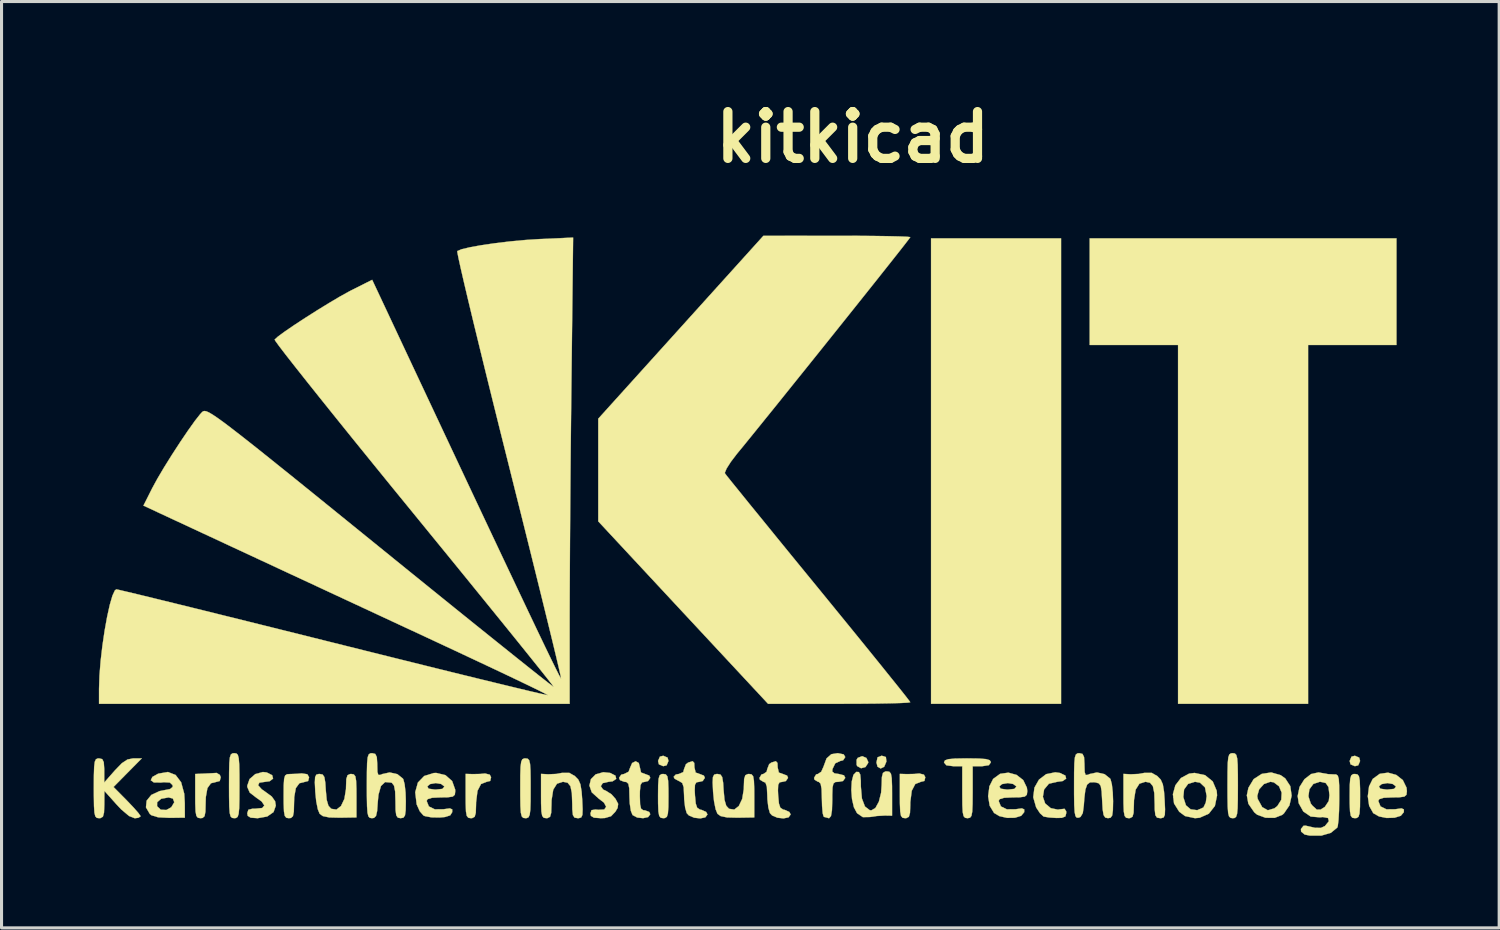
<source format=kicad_pcb>
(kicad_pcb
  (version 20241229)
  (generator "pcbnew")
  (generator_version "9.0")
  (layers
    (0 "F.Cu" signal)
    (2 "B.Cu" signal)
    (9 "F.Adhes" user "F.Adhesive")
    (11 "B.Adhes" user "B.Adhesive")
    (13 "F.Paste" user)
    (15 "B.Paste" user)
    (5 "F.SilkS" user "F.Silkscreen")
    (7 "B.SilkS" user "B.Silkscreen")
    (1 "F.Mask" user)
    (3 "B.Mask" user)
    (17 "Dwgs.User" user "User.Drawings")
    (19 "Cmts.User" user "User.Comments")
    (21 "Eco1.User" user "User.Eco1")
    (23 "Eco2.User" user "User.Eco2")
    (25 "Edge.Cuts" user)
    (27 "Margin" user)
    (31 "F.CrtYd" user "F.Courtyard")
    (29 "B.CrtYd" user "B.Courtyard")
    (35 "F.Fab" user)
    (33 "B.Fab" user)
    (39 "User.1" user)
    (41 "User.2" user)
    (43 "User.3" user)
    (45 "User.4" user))
  (footprint "kitkicad"
    (layer "F.Cu")
    (at 21.426 14.448)
    (property "Reference" "kitkicad" (at 3.29 -13.03 0) (layer "F.SilkS") (effects (font (size 1.524 1.524) (thickness 0.3))))
    (attr through_hole)
    (fp_poly (pts (xy 10.075 5.419) (xy 5.842 5.419) (xy 5.842 -9.737) (xy 10.075 -9.737) (xy 10.075 5.419)) (stroke (width 0.01) (type solid)) (fill yes) (layer "F.SilkS"))
    (fp_poly (pts (xy -2.737 7.172) (xy -2.709 7.281) (xy -2.769 7.423) (xy -2.879 7.451) (xy -3.02 7.391) (xy -3.048 7.281) (xy -2.988 7.14) (xy -2.879 7.112) (xy -2.737 7.172)) (stroke (width 0.01) (type solid)) (fill yes) (layer "F.SilkS"))
    (fp_poly (pts (xy 19.784 7.172) (xy 19.812 7.281) (xy 19.752 7.423) (xy 19.643 7.451) (xy 19.501 7.391) (xy 19.473 7.281) (xy 19.533 7.14) (xy 19.643 7.112) (xy 19.784 7.172)) (stroke (width 0.01) (type solid)) (fill yes) (layer "F.SilkS"))
    (fp_poly (pts (xy 20.997 -6.265) (xy 18.119 -6.265) (xy 18.119 5.419) (xy 13.885 5.419) (xy 13.885 -6.265) (xy 11.007 -6.265) (xy 11.007 -9.737) (xy 20.997 -9.737) (xy 20.997 -6.265)) (stroke (width 0.01) (type solid)) (fill yes) (layer "F.SilkS"))
    (fp_poly (pts (xy 3.737 7.183) (xy 3.797 7.316) (xy 3.794 7.344) (xy 3.707 7.479) (xy 3.563 7.518) (xy 3.438 7.449) (xy 3.418 7.409) (xy 3.417 7.243) (xy 3.454 7.18) (xy 3.599 7.125) (xy 3.737 7.183)) (stroke (width 0.01) (type solid)) (fill yes) (layer "F.SilkS"))
    (fp_poly (pts (xy 4.371 7.153) (xy 4.388 7.301) (xy 4.387 7.302) (xy 4.316 7.469) (xy 4.201 7.526) (xy 4.099 7.469) (xy 4.064 7.33) (xy 4.1 7.162) (xy 4.23 7.112) (xy 4.239 7.112) (xy 4.371 7.153)) (stroke (width 0.01) (type solid)) (fill yes) (layer "F.SilkS"))
    (fp_poly (pts (xy -2.796 7.718) (xy -2.746 7.78) (xy -2.72 7.925) (xy -2.71 8.184) (xy -2.709 8.424) (xy -2.712 8.774) (xy -2.727 8.988) (xy -2.761 9.099) (xy -2.822 9.139) (xy -2.879 9.144) (xy -2.961 9.131) (xy -3.011 9.068) (xy -3.037 8.924) (xy -3.047 8.665) (xy -3.048 8.424) (xy -3.045 8.074) (xy -3.03 7.861) (xy -2.996 7.75) (xy -2.935 7.709) (xy -2.879 7.705) (xy -2.796 7.718)) (stroke (width 0.01) (type solid)) (fill yes) (layer "F.SilkS"))
    (fp_poly (pts (xy 19.725 7.718) (xy 19.775 7.78) (xy 19.801 7.925) (xy 19.811 8.184) (xy 19.812 8.424) (xy 19.809 8.774) (xy 19.794 8.988) (xy 19.76 9.099) (xy 19.699 9.139) (xy 19.643 9.144) (xy 19.56 9.131) (xy 19.51 9.068) (xy 19.484 8.924) (xy 19.474 8.665) (xy 19.473 8.424) (xy 19.476 8.074) (xy 19.491 7.861) (xy 19.525 7.75) (xy 19.586 7.709) (xy 19.643 7.705) (xy 19.725 7.718)) (stroke (width 0.01) (type solid)) (fill yes) (layer "F.SilkS"))
    (fp_poly (pts (xy -8.528 7.727) (xy -8.485 7.811) (xy -8.513 7.932) (xy -8.627 7.959) (xy -8.812 8.031) (xy -8.927 8.251) (xy -8.973 8.622) (xy -8.975 8.715) (xy -8.983 8.971) (xy -9.02 9.099) (xy -9.102 9.142) (xy -9.144 9.144) (xy -9.226 9.131) (xy -9.277 9.068) (xy -9.303 8.924) (xy -9.312 8.665) (xy -9.313 8.423) (xy -9.313 7.702) (xy -9.081 7.709) (xy -8.839 7.704) (xy -8.682 7.689) (xy -8.528 7.727)) (stroke (width 0.01) (type solid)) (fill yes) (layer "F.SilkS"))
    (fp_poly (pts (xy 5.611 7.727) (xy 5.654 7.811) (xy 5.626 7.932) (xy 5.513 7.959) (xy 5.328 8.031) (xy 5.213 8.251) (xy 5.166 8.622) (xy 5.165 8.715) (xy 5.156 8.971) (xy 5.119 9.099) (xy 5.037 9.142) (xy 4.995 9.144) (xy 4.913 9.131) (xy 4.863 9.068) (xy 4.837 8.924) (xy 4.827 8.665) (xy 4.826 8.423) (xy 4.826 7.702) (xy 5.059 7.709) (xy 5.3 7.704) (xy 5.458 7.689) (xy 5.611 7.727)) (stroke (width 0.01) (type solid)) (fill yes) (layer "F.SilkS"))
    (fp_poly (pts (xy -17.319 7.733) (xy -17.288 7.811) (xy -17.321 7.934) (xy -17.418 7.959) (xy -17.607 8.007) (xy -17.722 8.165) (xy -17.774 8.456) (xy -17.78 8.653) (xy -17.787 8.931) (xy -17.815 9.079) (xy -17.88 9.137) (xy -17.949 9.144) (xy -18.032 9.131) (xy -18.082 9.068) (xy -18.108 8.924) (xy -18.118 8.665) (xy -18.119 8.424) (xy -18.119 7.705) (xy -17.822 7.692) (xy -17.592 7.681) (xy -17.429 7.671) (xy -17.421 7.671) (xy -17.319 7.733)) (stroke (width 0.01) (type solid)) (fill yes) (layer "F.SilkS"))
    (fp_poly (pts (xy -16.778 7.037) (xy -16.731 7.084) (xy -16.702 7.197) (xy -16.686 7.402) (xy -16.68 7.727) (xy -16.679 8.086) (xy -16.681 8.525) (xy -16.688 8.822) (xy -16.706 9.005) (xy -16.739 9.102) (xy -16.791 9.139) (xy -16.849 9.144) (xy -16.919 9.134) (xy -16.967 9.087) (xy -16.996 8.975) (xy -17.011 8.77) (xy -17.017 8.445) (xy -17.018 8.086) (xy -17.016 7.646) (xy -17.009 7.349) (xy -16.991 7.166) (xy -16.958 7.07) (xy -16.906 7.033) (xy -16.849 7.027) (xy -16.778 7.037)) (stroke (width 0.01) (type solid)) (fill yes) (layer "F.SilkS"))
    (fp_poly (pts (xy -14.469 7.713) (xy -14.411 7.811) (xy -14.442 7.934) (xy -14.54 7.959) (xy -14.728 8.007) (xy -14.843 8.165) (xy -14.895 8.456) (xy -14.901 8.653) (xy -14.908 8.931) (xy -14.937 9.079) (xy -15.001 9.137) (xy -15.071 9.144) (xy -15.153 9.131) (xy -15.203 9.068) (xy -15.229 8.924) (xy -15.239 8.664) (xy -15.24 8.425) (xy -15.238 8.077) (xy -15.224 7.864) (xy -15.191 7.754) (xy -15.129 7.713) (xy -15.05 7.708) (xy -14.806 7.699) (xy -14.65 7.686) (xy -14.469 7.713)) (stroke (width 0.01) (type solid)) (fill yes) (layer "F.SilkS"))
    (fp_poly (pts (xy -7.293 7.207) (xy -7.245 7.257) (xy -7.216 7.376) (xy -7.202 7.591) (xy -7.197 7.932) (xy -7.197 8.17) (xy -7.198 8.589) (xy -7.207 8.866) (xy -7.228 9.032) (xy -7.265 9.114) (xy -7.325 9.142) (xy -7.366 9.144) (xy -7.439 9.134) (xy -7.487 9.084) (xy -7.516 8.965) (xy -7.53 8.75) (xy -7.535 8.408) (xy -7.535 8.17) (xy -7.534 7.752) (xy -7.525 7.474) (xy -7.504 7.309) (xy -7.467 7.226) (xy -7.407 7.199) (xy -7.366 7.197) (xy -7.293 7.207)) (stroke (width 0.01) (type solid)) (fill yes) (layer "F.SilkS"))
    (fp_poly (pts (xy 15.734 7.037) (xy 15.781 7.084) (xy 15.81 7.197) (xy 15.826 7.402) (xy 15.832 7.727) (xy 15.833 8.086) (xy 15.831 8.525) (xy 15.824 8.822) (xy 15.806 9.005) (xy 15.773 9.102) (xy 15.721 9.139) (xy 15.663 9.144) (xy 15.593 9.134) (xy 15.545 9.087) (xy 15.516 8.975) (xy 15.501 8.77) (xy 15.495 8.445) (xy 15.494 8.086) (xy 15.496 7.646) (xy 15.503 7.349) (xy 15.521 7.166) (xy 15.554 7.07) (xy 15.606 7.033) (xy 15.663 7.027) (xy 15.734 7.037)) (stroke (width 0.01) (type solid)) (fill yes) (layer "F.SilkS"))
    (fp_poly (pts (xy 10.04 7.672) (xy 10.215 7.756) (xy 10.241 7.856) (xy 10.128 7.935) (xy 9.951 7.959) (xy 9.679 8.022) (xy 9.523 8.209) (xy 9.483 8.448) (xy 9.557 8.665) (xy 9.74 8.818) (xy 9.973 8.866) (xy 10.03 8.856) (xy 10.189 8.839) (xy 10.242 8.92) (xy 10.245 8.973) (xy 10.216 9.087) (xy 10.1 9.133) (xy 9.927 9.137) (xy 9.689 9.122) (xy 9.518 9.093) (xy 9.502 9.087) (xy 9.392 8.987) (xy 9.27 8.803) (xy 9.262 8.787) (xy 9.169 8.461) (xy 9.208 8.15) (xy 9.357 7.888) (xy 9.591 7.71) (xy 9.887 7.65) (xy 10.04 7.672)) (stroke (width 0.01) (type solid)) (fill yes) (layer "F.SilkS"))
    (fp_poly (pts (xy -15.791 7.655) (xy -15.613 7.745) (xy -15.584 7.856) (xy -15.696 7.941) (xy -15.833 7.959) (xy -16.031 7.988) (xy -16.071 8.072) (xy -15.953 8.204) (xy -15.854 8.272) (xy -15.625 8.441) (xy -15.518 8.593) (xy -15.495 8.736) (xy -15.569 8.946) (xy -15.775 9.089) (xy -16.083 9.144) (xy -16.093 9.144) (xy -16.313 9.128) (xy -16.409 9.068) (xy -16.425 8.983) (xy -16.388 8.87) (xy -16.246 8.834) (xy -16.159 8.835) (xy -15.938 8.813) (xy -15.869 8.73) (xy -15.955 8.601) (xy -16.125 8.48) (xy -16.344 8.311) (xy -16.423 8.129) (xy -16.425 8.09) (xy -16.35 7.871) (xy -16.162 7.708) (xy -15.916 7.641) (xy -15.791 7.655)) (stroke (width 0.01) (type solid)) (fill yes) (layer "F.SilkS"))
    (fp_poly (pts (xy -4.608 7.671) (xy -4.435 7.759) (xy -4.411 7.865) (xy -4.528 7.944) (xy -4.657 7.959) (xy -4.848 8.002) (xy -4.913 8.101) (xy -4.839 8.21) (xy -4.739 8.256) (xy -4.565 8.366) (xy -4.433 8.515) (xy -4.347 8.678) (xy -4.365 8.81) (xy -4.437 8.932) (xy -4.578 9.08) (xy -4.779 9.139) (xy -4.913 9.144) (xy -5.136 9.128) (xy -5.234 9.068) (xy -5.249 8.989) (xy -5.215 8.883) (xy -5.083 8.862) (xy -4.995 8.872) (xy -4.801 8.862) (xy -4.738 8.774) (xy -4.808 8.639) (xy -4.989 8.499) (xy -5.207 8.302) (xy -5.283 8.081) (xy -5.234 7.874) (xy -5.078 7.717) (xy -4.831 7.647) (xy -4.608 7.671)) (stroke (width 0.01) (type solid)) (fill yes) (layer "F.SilkS"))
    (fp_poly (pts (xy 7.399 7.202) (xy 7.631 7.22) (xy 7.751 7.256) (xy 7.789 7.314) (xy 7.789 7.324) (xy 7.725 7.418) (xy 7.52 7.45) (xy 7.493 7.451) (xy 7.197 7.451) (xy 7.197 8.297) (xy 7.194 8.683) (xy 7.183 8.929) (xy 7.157 9.068) (xy 7.11 9.129) (xy 7.036 9.144) (xy 7.027 9.144) (xy 6.95 9.132) (xy 6.901 9.077) (xy 6.873 8.947) (xy 6.861 8.713) (xy 6.858 8.343) (xy 6.858 8.297) (xy 6.858 7.451) (xy 6.562 7.451) (xy 6.342 7.423) (xy 6.266 7.335) (xy 6.265 7.324) (xy 6.295 7.262) (xy 6.403 7.223) (xy 6.619 7.203) (xy 6.972 7.197) (xy 7.027 7.197) (xy 7.399 7.202)) (stroke (width 0.01) (type solid)) (fill yes) (layer "F.SilkS"))
    (fp_poly (pts (xy 14.765 7.744) (xy 15.013 7.946) (xy 15.143 8.252) (xy 15.155 8.401) (xy 15.084 8.746) (xy 14.886 8.998) (xy 14.588 9.13) (xy 14.436 9.144) (xy 14.113 9.075) (xy 13.924 8.936) (xy 13.754 8.665) (xy 13.729 8.46) (xy 14.056 8.46) (xy 14.142 8.726) (xy 14.295 8.856) (xy 14.509 8.884) (xy 14.704 8.799) (xy 14.715 8.788) (xy 14.788 8.636) (xy 14.817 8.424) (xy 14.762 8.142) (xy 14.6 7.988) (xy 14.436 7.959) (xy 14.212 8.028) (xy 14.081 8.208) (xy 14.056 8.46) (xy 13.729 8.46) (xy 13.717 8.364) (xy 13.797 8.074) (xy 13.978 7.837) (xy 14.244 7.694) (xy 14.422 7.671) (xy 14.765 7.744)) (stroke (width 0.01) (type solid)) (fill yes) (layer "F.SilkS"))
    (fp_poly (pts (xy 17.227 7.744) (xy 17.376 7.85) (xy 17.539 8.101) (xy 17.583 8.411) (xy 17.512 8.727) (xy 17.331 8.991) (xy 17.279 9.035) (xy 17.031 9.133) (xy 16.733 9.13) (xy 16.464 9.033) (xy 16.368 8.954) (xy 16.174 8.674) (xy 16.128 8.42) (xy 16.463 8.42) (xy 16.479 8.518) (xy 16.624 8.783) (xy 16.806 8.886) (xy 17.02 8.825) (xy 17.117 8.75) (xy 17.246 8.545) (xy 17.259 8.313) (xy 17.173 8.106) (xy 17.002 7.977) (xy 16.89 7.959) (xy 16.683 8.031) (xy 16.525 8.205) (xy 16.463 8.42) (xy 16.128 8.42) (xy 16.124 8.4) (xy 16.176 8.156) (xy 16.347 7.872) (xy 16.61 7.702) (xy 16.918 7.655) (xy 17.227 7.744)) (stroke (width 0.01) (type solid)) (fill yes) (layer "F.SilkS"))
    (fp_poly (pts (xy -12.956 7.718) (xy -12.905 7.781) (xy -12.88 7.927) (xy -12.87 8.189) (xy -12.869 8.412) (xy -12.869 9.119) (xy -13.412 9.128) (xy -13.753 9.12) (xy -13.963 9.076) (xy -14.066 9.003) (xy -14.127 8.854) (xy -14.179 8.592) (xy -14.21 8.287) (xy -14.224 7.98) (xy -14.215 7.806) (xy -14.174 7.726) (xy -14.093 7.705) (xy -14.068 7.705) (xy -13.97 7.723) (xy -13.914 7.805) (xy -13.883 7.989) (xy -13.868 8.225) (xy -13.838 8.548) (xy -13.781 8.741) (xy -13.69 8.839) (xy -13.52 8.864) (xy -13.372 8.748) (xy -13.262 8.517) (xy -13.21 8.199) (xy -13.208 8.119) (xy -13.199 7.868) (xy -13.159 7.745) (xy -13.073 7.706) (xy -13.039 7.705) (xy -12.956 7.718)) (stroke (width 0.01) (type solid)) (fill yes) (layer "F.SilkS"))
    (fp_poly (pts (xy -0.002 7.718) (xy 0.049 7.781) (xy 0.074 7.927) (xy 0.084 8.189) (xy 0.085 8.412) (xy 0.085 9.119) (xy -0.458 9.128) (xy -0.799 9.12) (xy -1.009 9.076) (xy -1.112 9.003) (xy -1.173 8.854) (xy -1.225 8.592) (xy -1.256 8.287) (xy -1.27 7.98) (xy -1.261 7.806) (xy -1.22 7.726) (xy -1.139 7.705) (xy -1.114 7.705) (xy -1.016 7.723) (xy -0.96 7.805) (xy -0.929 7.989) (xy -0.914 8.225) (xy -0.884 8.548) (xy -0.827 8.741) (xy -0.736 8.839) (xy -0.566 8.864) (xy -0.418 8.748) (xy -0.308 8.517) (xy -0.256 8.199) (xy -0.254 8.119) (xy -0.245 7.868) (xy -0.205 7.745) (xy -0.119 7.706) (xy -0.085 7.705) (xy -0.002 7.718)) (stroke (width 0.01) (type solid)) (fill yes) (layer "F.SilkS"))
    (fp_poly (pts (xy 4.485 7.633) (xy 4.535 7.696) (xy 4.561 7.84) (xy 4.571 8.099) (xy 4.572 8.341) (xy 4.572 9.062) (xy 4.339 9.058) (xy 4.075 9.073) (xy 3.85 9.106) (xy 3.621 9.11) (xy 3.443 8.99) (xy 3.427 8.973) (xy 3.329 8.788) (xy 3.268 8.523) (xy 3.245 8.226) (xy 3.26 7.947) (xy 3.314 7.734) (xy 3.407 7.637) (xy 3.408 7.637) (xy 3.491 7.642) (xy 3.536 7.724) (xy 3.554 7.918) (xy 3.556 8.116) (xy 3.59 8.503) (xy 3.689 8.764) (xy 3.845 8.884) (xy 3.896 8.89) (xy 4.03 8.812) (xy 4.142 8.608) (xy 4.215 8.318) (xy 4.233 8.067) (xy 4.241 7.804) (xy 4.276 7.67) (xy 4.352 7.623) (xy 4.403 7.62) (xy 4.485 7.633)) (stroke (width 0.01) (type solid)) (fill yes) (layer "F.SilkS"))
    (fp_poly (pts (xy -18.758 7.737) (xy -18.578 7.975) (xy -18.477 8.348) (xy -18.459 8.648) (xy -18.457 9.126) (xy -18.961 9.133) (xy -19.323 9.116) (xy -19.544 9.049) (xy -19.596 9.009) (xy -19.723 8.791) (xy -19.719 8.754) (xy -19.361 8.754) (xy -19.242 8.868) (xy -19.059 8.877) (xy -18.898 8.788) (xy -18.801 8.625) (xy -18.846 8.505) (xy -18.986 8.468) (xy -19.227 8.512) (xy -19.359 8.624) (xy -19.361 8.754) (xy -19.719 8.754) (xy -19.701 8.574) (xy -19.548 8.387) (xy -19.281 8.263) (xy -19.159 8.239) (xy -18.934 8.193) (xy -18.851 8.124) (xy -18.858 8.066) (xy -18.945 7.984) (xy -19.141 7.973) (xy -19.232 7.983) (xy -19.468 7.98) (xy -19.566 7.909) (xy -19.514 7.801) (xy -19.325 7.695) (xy -19.01 7.64) (xy -18.758 7.737)) (stroke (width 0.01) (type solid)) (fill yes) (layer "F.SilkS"))
    (fp_poly (pts (xy -5.755 7.774) (xy -5.644 7.889) (xy -5.576 8.042) (xy -5.537 8.281) (xy -5.518 8.541) (xy -5.504 8.854) (xy -5.511 9.035) (xy -5.549 9.119) (xy -5.625 9.143) (xy -5.663 9.144) (xy -5.767 9.126) (xy -5.82 9.044) (xy -5.84 8.859) (xy -5.842 8.685) (xy -5.855 8.324) (xy -5.901 8.102) (xy -5.992 7.99) (xy -6.141 7.959) (xy -6.144 7.959) (xy -6.339 8.021) (xy -6.461 8.215) (xy -6.515 8.553) (xy -6.519 8.715) (xy -6.528 8.971) (xy -6.565 9.099) (xy -6.647 9.142) (xy -6.689 9.144) (xy -6.771 9.131) (xy -6.821 9.068) (xy -6.847 8.924) (xy -6.857 8.665) (xy -6.858 8.423) (xy -6.858 7.702) (xy -6.625 7.715) (xy -6.358 7.703) (xy -6.175 7.669) (xy -5.937 7.669) (xy -5.755 7.774)) (stroke (width 0.01) (type solid)) (fill yes) (layer "F.SilkS"))
    (fp_poly (pts (xy 13.21 7.774) (xy 13.321 7.889) (xy 13.389 8.042) (xy 13.428 8.281) (xy 13.447 8.541) (xy 13.461 8.854) (xy 13.454 9.035) (xy 13.416 9.119) (xy 13.34 9.143) (xy 13.302 9.144) (xy 13.199 9.126) (xy 13.145 9.044) (xy 13.125 8.859) (xy 13.123 8.685) (xy 13.111 8.324) (xy 13.065 8.102) (xy 12.973 7.99) (xy 12.824 7.959) (xy 12.821 7.959) (xy 12.626 8.021) (xy 12.504 8.215) (xy 12.45 8.553) (xy 12.446 8.715) (xy 12.437 8.971) (xy 12.4 9.099) (xy 12.319 9.142) (xy 12.277 9.144) (xy 12.194 9.131) (xy 12.144 9.068) (xy 12.118 8.924) (xy 12.108 8.665) (xy 12.107 8.423) (xy 12.107 7.702) (xy 12.34 7.715) (xy 12.607 7.703) (xy 12.79 7.669) (xy 13.028 7.669) (xy 13.21 7.774)) (stroke (width 0.01) (type solid)) (fill yes) (layer "F.SilkS"))
    (fp_poly (pts (xy -3.675 7.348) (xy -3.641 7.487) (xy -3.603 7.656) (xy -3.473 7.705) (xy -3.471 7.705) (xy -3.333 7.758) (xy -3.302 7.832) (xy -3.373 7.935) (xy -3.471 7.959) (xy -3.569 7.979) (xy -3.62 8.066) (xy -3.639 8.261) (xy -3.641 8.424) (xy -3.633 8.693) (xy -3.602 8.834) (xy -3.531 8.885) (xy -3.471 8.89) (xy -3.333 8.943) (xy -3.302 9.017) (xy -3.371 9.108) (xy -3.535 9.144) (xy -3.727 9.123) (xy -3.878 9.042) (xy -3.933 8.907) (xy -3.97 8.663) (xy -3.979 8.45) (xy -3.986 8.172) (xy -4.015 8.024) (xy -4.079 7.966) (xy -4.149 7.959) (xy -4.287 7.906) (xy -4.318 7.832) (xy -4.248 7.728) (xy -4.155 7.705) (xy -4.008 7.633) (xy -3.964 7.515) (xy -3.892 7.348) (xy -3.777 7.291) (xy -3.675 7.348)) (stroke (width 0.01) (type solid)) (fill yes) (layer "F.SilkS"))
    (fp_poly (pts (xy 0.84 7.345) (xy 0.847 7.493) (xy 0.886 7.659) (xy 1.016 7.705) (xy 1.154 7.758) (xy 1.185 7.832) (xy 1.114 7.935) (xy 1.012 7.959) (xy 0.911 7.976) (xy 0.864 8.056) (xy 0.856 8.239) (xy 0.863 8.403) (xy 0.888 8.667) (xy 0.935 8.806) (xy 1.026 8.864) (xy 1.079 8.875) (xy 1.228 8.942) (xy 1.27 9.023) (xy 1.202 9.117) (xy 1.038 9.151) (xy 0.839 9.129) (xy 0.666 9.055) (xy 0.596 8.98) (xy 0.544 8.801) (xy 0.513 8.532) (xy 0.508 8.388) (xy 0.495 8.119) (xy 0.449 7.987) (xy 0.381 7.959) (xy 0.269 7.891) (xy 0.254 7.832) (xy 0.322 7.719) (xy 0.381 7.705) (xy 0.486 7.635) (xy 0.508 7.544) (xy 0.57 7.385) (xy 0.642 7.333) (xy 0.788 7.289) (xy 0.84 7.345)) (stroke (width 0.01) (type solid)) (fill yes) (layer "F.SilkS"))
    (fp_poly (pts (xy -1.869 7.345) (xy -1.863 7.493) (xy -1.823 7.659) (xy -1.693 7.705) (xy -1.555 7.758) (xy -1.524 7.832) (xy -1.595 7.935) (xy -1.698 7.959) (xy -1.798 7.976) (xy -1.846 8.056) (xy -1.854 8.239) (xy -1.846 8.403) (xy -1.821 8.667) (xy -1.774 8.806) (xy -1.683 8.864) (xy -1.63 8.875) (xy -1.481 8.942) (xy -1.439 9.023) (xy -1.508 9.117) (xy -1.672 9.151) (xy -1.871 9.129) (xy -2.044 9.055) (xy -2.114 8.98) (xy -2.166 8.8) (xy -2.197 8.531) (xy -2.201 8.397) (xy -2.213 8.137) (xy -2.26 7.999) (xy -2.358 7.938) (xy -2.371 7.934) (xy -2.508 7.86) (xy -2.54 7.797) (xy -2.469 7.722) (xy -2.371 7.705) (xy -2.228 7.644) (xy -2.201 7.544) (xy -2.139 7.385) (xy -2.067 7.333) (xy -1.921 7.289) (xy -1.869 7.345)) (stroke (width 0.01) (type solid)) (fill yes) (layer "F.SilkS"))
    (fp_poly (pts (xy 2.998 7.067) (xy 3.048 7.154) (xy 2.978 7.259) (xy 2.888 7.281) (xy 2.723 7.356) (xy 2.632 7.544) (xy 2.625 7.627) (xy 2.697 7.685) (xy 2.836 7.705) (xy 3.007 7.749) (xy 3.048 7.832) (xy 2.974 7.934) (xy 2.836 7.959) (xy 2.726 7.967) (xy 2.662 8.018) (xy 2.633 8.148) (xy 2.625 8.393) (xy 2.625 8.551) (xy 2.615 8.885) (xy 2.583 9.074) (xy 2.525 9.143) (xy 2.512 9.144) (xy 2.368 9.106) (xy 2.342 9.088) (xy 2.313 8.979) (xy 2.293 8.753) (xy 2.286 8.495) (xy 2.277 8.191) (xy 2.246 8.023) (xy 2.184 7.961) (xy 2.159 7.959) (xy 2.047 7.891) (xy 2.032 7.832) (xy 2.099 7.719) (xy 2.157 7.705) (xy 2.266 7.632) (xy 2.338 7.472) (xy 2.439 7.198) (xy 2.594 7.061) (xy 2.804 7.027) (xy 2.998 7.067)) (stroke (width 0.01) (type solid)) (fill yes) (layer "F.SilkS"))
    (fp_poly (pts (xy -20.32 7.662) (xy -20.78 8.128) (xy -20.338 8.575) (xy -20.125 8.799) (xy -19.968 8.978) (xy -19.898 9.077) (xy -19.897 9.083) (xy -19.969 9.131) (xy -20.087 9.146) (xy -20.274 9.073) (xy -20.529 8.858) (xy -20.677 8.701) (xy -21.077 8.255) (xy -21.079 8.7) (xy -21.089 8.961) (xy -21.125 9.095) (xy -21.202 9.141) (xy -21.251 9.144) (xy -21.324 9.134) (xy -21.372 9.084) (xy -21.401 8.965) (xy -21.415 8.75) (xy -21.42 8.408) (xy -21.421 8.17) (xy -21.419 7.752) (xy -21.41 7.474) (xy -21.39 7.309) (xy -21.352 7.226) (xy -21.293 7.199) (xy -21.251 7.197) (xy -21.147 7.221) (xy -21.097 7.322) (xy -21.082 7.542) (xy -21.082 7.59) (xy -21.082 7.983) (xy -20.736 7.59) (xy -20.509 7.355) (xy -20.326 7.234) (xy -20.143 7.197) (xy -20.125 7.197) (xy -19.86 7.197) (xy -20.32 7.662)) (stroke (width 0.01) (type solid)) (fill yes) (layer "F.SilkS"))
    (fp_poly (pts (xy 8.626 7.735) (xy 8.843 7.904) (xy 8.963 8.152) (xy 8.975 8.264) (xy 8.961 8.38) (xy 8.893 8.441) (xy 8.73 8.464) (xy 8.509 8.467) (xy 8.22 8.48) (xy 8.074 8.525) (xy 8.043 8.583) (xy 8.116 8.761) (xy 8.311 8.856) (xy 8.595 8.853) (xy 8.6 8.852) (xy 8.799 8.825) (xy 8.876 8.858) (xy 8.875 8.948) (xy 8.776 9.067) (xy 8.573 9.13) (xy 8.318 9.134) (xy 8.069 9.078) (xy 7.894 8.975) (xy 7.751 8.739) (xy 7.7 8.428) (xy 7.742 8.108) (xy 7.742 8.107) (xy 8.065 8.107) (xy 8.107 8.184) (xy 8.305 8.212) (xy 8.34 8.213) (xy 8.557 8.19) (xy 8.618 8.119) (xy 8.615 8.107) (xy 8.514 8.03) (xy 8.34 8.001) (xy 8.154 8.034) (xy 8.065 8.107) (xy 7.742 8.107) (xy 7.863 7.866) (xy 8.091 7.7) (xy 8.36 7.662) (xy 8.626 7.735)) (stroke (width 0.01) (type solid)) (fill yes) (layer "F.SilkS"))
    (fp_poly (pts (xy 20.988 7.735) (xy 21.204 7.904) (xy 21.325 8.152) (xy 21.336 8.264) (xy 21.323 8.38) (xy 21.255 8.441) (xy 21.091 8.464) (xy 20.87 8.467) (xy 20.581 8.48) (xy 20.435 8.525) (xy 20.405 8.583) (xy 20.477 8.761) (xy 20.672 8.856) (xy 20.956 8.853) (xy 20.961 8.852) (xy 21.16 8.825) (xy 21.238 8.858) (xy 21.237 8.948) (xy 21.138 9.066) (xy 20.934 9.129) (xy 20.679 9.137) (xy 20.43 9.088) (xy 20.241 8.981) (xy 20.24 8.979) (xy 20.108 8.743) (xy 20.063 8.431) (xy 20.104 8.111) (xy 20.106 8.107) (xy 20.426 8.107) (xy 20.468 8.184) (xy 20.666 8.212) (xy 20.701 8.213) (xy 20.919 8.19) (xy 20.979 8.119) (xy 20.976 8.107) (xy 20.875 8.03) (xy 20.701 8.001) (xy 20.516 8.034) (xy 20.426 8.107) (xy 20.106 8.107) (xy 20.224 7.866) (xy 20.452 7.7) (xy 20.722 7.662) (xy 20.988 7.735)) (stroke (width 0.01) (type solid)) (fill yes) (layer "F.SilkS"))
    (fp_poly (pts (xy -9.971 7.743) (xy -9.753 7.936) (xy -9.654 8.214) (xy -9.652 8.264) (xy -9.665 8.38) (xy -9.733 8.441) (xy -9.897 8.464) (xy -10.118 8.467) (xy -10.407 8.48) (xy -10.553 8.525) (xy -10.583 8.583) (xy -10.511 8.761) (xy -10.316 8.856) (xy -10.032 8.853) (xy -10.027 8.852) (xy -9.828 8.825) (xy -9.75 8.858) (xy -9.751 8.948) (xy -9.816 9.052) (xy -9.985 9.106) (xy -10.161 9.122) (xy -10.427 9.117) (xy -10.639 9.077) (xy -10.686 9.057) (xy -10.807 8.919) (xy -10.905 8.702) (xy -10.909 8.687) (xy -10.955 8.298) (xy -10.902 8.107) (xy -10.562 8.107) (xy -10.52 8.184) (xy -10.322 8.212) (xy -10.287 8.213) (xy -10.069 8.19) (xy -10.009 8.119) (xy -10.012 8.107) (xy -10.113 8.03) (xy -10.287 8.001) (xy -10.472 8.034) (xy -10.562 8.107) (xy -10.902 8.107) (xy -10.869 7.985) (xy -10.663 7.771) (xy -10.352 7.674) (xy -10.272 7.671) (xy -9.971 7.743)) (stroke (width 0.01) (type solid)) (fill yes) (layer "F.SilkS"))
    (fp_poly (pts (xy -12.256 7.052) (xy -12.206 7.155) (xy -12.192 7.379) (xy -12.192 7.411) (xy -12.186 7.642) (xy -12.154 7.738) (xy -12.078 7.732) (xy -12.024 7.706) (xy -11.786 7.655) (xy -11.537 7.711) (xy -11.357 7.855) (xy -11.343 7.878) (xy -11.3 8.041) (xy -11.27 8.31) (xy -11.261 8.588) (xy -11.266 8.888) (xy -11.289 9.055) (xy -11.341 9.128) (xy -11.43 9.144) (xy -11.521 9.127) (xy -11.573 9.051) (xy -11.595 8.878) (xy -11.599 8.591) (xy -11.609 8.273) (xy -11.644 8.088) (xy -11.711 7.998) (xy -11.738 7.985) (xy -11.936 7.968) (xy -12.072 8.098) (xy -12.152 8.379) (xy -12.175 8.624) (xy -12.196 8.913) (xy -12.232 9.071) (xy -12.297 9.135) (xy -12.365 9.144) (xy -12.434 9.133) (xy -12.48 9.084) (xy -12.509 8.967) (xy -12.524 8.756) (xy -12.53 8.424) (xy -12.531 8.086) (xy -12.529 7.646) (xy -12.522 7.349) (xy -12.504 7.166) (xy -12.471 7.07) (xy -12.419 7.033) (xy -12.361 7.027) (xy -12.256 7.052)) (stroke (width 0.01) (type solid)) (fill yes) (layer "F.SilkS"))
    (fp_poly (pts (xy 10.774 7.052) (xy 10.824 7.155) (xy 10.837 7.379) (xy 10.837 7.411) (xy 10.844 7.642) (xy 10.875 7.738) (xy 10.951 7.732) (xy 11.005 7.706) (xy 11.244 7.655) (xy 11.492 7.711) (xy 11.673 7.855) (xy 11.686 7.878) (xy 11.729 8.041) (xy 11.759 8.31) (xy 11.769 8.588) (xy 11.763 8.888) (xy 11.74 9.056) (xy 11.687 9.129) (xy 11.603 9.144) (xy 11.514 9.124) (xy 11.46 9.041) (xy 11.43 8.858) (xy 11.413 8.572) (xy 11.396 8.269) (xy 11.367 8.096) (xy 11.309 8.012) (xy 11.206 7.981) (xy 11.158 7.974) (xy 11.017 7.978) (xy 10.925 8.048) (xy 10.867 8.213) (xy 10.832 8.503) (xy 10.817 8.72) (xy 10.783 8.977) (xy 10.709 9.103) (xy 10.647 9.128) (xy 10.585 9.126) (xy 10.544 9.075) (xy 10.518 8.947) (xy 10.504 8.718) (xy 10.499 8.361) (xy 10.499 8.092) (xy 10.5 7.651) (xy 10.508 7.352) (xy 10.525 7.168) (xy 10.558 7.071) (xy 10.61 7.033) (xy 10.668 7.027) (xy 10.774 7.052)) (stroke (width 0.01) (type solid)) (fill yes) (layer "F.SilkS"))
    (fp_poly (pts (xy 18.523 7.666) (xy 18.77 7.71) (xy 18.944 7.718) (xy 19.032 7.72) (xy 19.087 7.761) (xy 19.118 7.87) (xy 19.131 8.079) (xy 19.133 8.418) (xy 19.133 8.531) (xy 19.127 8.895) (xy 19.11 9.197) (xy 19.086 9.397) (xy 19.07 9.449) (xy 18.861 9.621) (xy 18.548 9.712) (xy 18.179 9.711) (xy 18.008 9.677) (xy 17.892 9.581) (xy 17.886 9.497) (xy 17.97 9.392) (xy 18.039 9.388) (xy 18.342 9.457) (xy 18.536 9.461) (xy 18.665 9.401) (xy 18.669 9.398) (xy 18.796 9.243) (xy 18.769 9.139) (xy 18.599 9.107) (xy 18.506 9.117) (xy 18.205 9.091) (xy 17.964 8.927) (xy 17.814 8.658) (xy 17.782 8.434) (xy 18.129 8.434) (xy 18.207 8.668) (xy 18.259 8.735) (xy 18.401 8.865) (xy 18.523 8.866) (xy 18.666 8.776) (xy 18.792 8.585) (xy 18.815 8.396) (xy 18.784 8.132) (xy 18.694 7.999) (xy 18.519 7.959) (xy 18.498 7.959) (xy 18.29 8.029) (xy 18.161 8.204) (xy 18.129 8.434) (xy 17.782 8.434) (xy 17.78 8.422) (xy 17.841 8.128) (xy 18 7.876) (xy 18.219 7.706) (xy 18.46 7.654) (xy 18.523 7.666)) (stroke (width 0.01) (type solid)) (fill yes) (layer "F.SilkS"))
    (fp_poly (pts (xy 3.39 -9.819) (xy 3.947 -9.815) (xy 4.425 -9.808) (xy 4.801 -9.799) (xy 5.053 -9.789) (xy 5.162 -9.777) (xy 5.165 -9.775) (xy 5.113 -9.704) (xy 4.968 -9.516) (xy 4.739 -9.224) (xy 4.438 -8.844) (xy 4.078 -8.39) (xy 3.669 -7.877) (xy 3.223 -7.318) (xy 2.752 -6.729) (xy 2.267 -6.123) (xy 1.78 -5.516) (xy 1.302 -4.922) (xy 0.846 -4.354) (xy 0.422 -3.829) (xy 0.042 -3.359) (xy -0.282 -2.96) (xy -0.481 -2.718) (xy -0.679 -2.458) (xy -0.817 -2.241) (xy -0.873 -2.104) (xy -0.869 -2.083) (xy -0.807 -2.001) (xy -0.647 -1.801) (xy -0.399 -1.495) (xy -0.074 -1.093) (xy 0.32 -0.61) (xy 0.771 -0.055) (xy 1.27 0.557) (xy 1.808 1.215) (xy 2.176 1.665) (xy 2.731 2.345) (xy 3.253 2.985) (xy 3.732 3.575) (xy 4.158 4.101) (xy 4.521 4.552) (xy 4.813 4.915) (xy 5.023 5.18) (xy 5.141 5.334) (xy 5.165 5.369) (xy 5.084 5.382) (xy 4.855 5.394) (xy 4.5 5.404) (xy 4.041 5.412) (xy 3.5 5.417) (xy 2.897 5.419) (xy 2.849 5.419) (xy 0.534 5.419) (xy -2.231 2.449) (xy -4.995 -0.522) (xy -4.995 -3.864) (xy -2.307 -6.841) (xy 0.381 -9.818) (xy 2.773 -9.82) (xy 3.39 -9.819)) (stroke (width 0.01) (type solid)) (fill yes) (layer "F.SilkS"))
    (fp_poly (pts (xy -5.87 -4.909) (xy -5.881 -3.908) (xy -5.892 -2.869) (xy -5.901 -1.821) (xy -5.909 -0.792) (xy -5.916 0.188) (xy -5.921 1.091) (xy -5.925 1.889) (xy -5.927 2.552) (xy -5.927 2.681) (xy -5.927 5.419) (xy -21.251 5.419) (xy -21.251 4.93) (xy -21.237 4.502) (xy -21.199 4.024) (xy -21.141 3.527) (xy -21.069 3.037) (xy -20.987 2.583) (xy -20.901 2.195) (xy -20.815 1.9) (xy -20.735 1.727) (xy -20.688 1.693) (xy -20.59 1.713) (xy -20.34 1.772) (xy -19.95 1.865) (xy -19.433 1.991) (xy -18.8 2.146) (xy -18.064 2.327) (xy -17.237 2.532) (xy -16.332 2.756) (xy -15.36 2.998) (xy -14.333 3.254) (xy -13.619 3.432) (xy -12.566 3.695) (xy -11.56 3.945) (xy -10.614 4.18) (xy -9.74 4.396) (xy -8.95 4.59) (xy -8.255 4.759) (xy -7.669 4.901) (xy -7.202 5.013) (xy -6.867 5.091) (xy -6.677 5.133) (xy -6.636 5.14) (xy -6.704 5.099) (xy -6.911 4.994) (xy -7.243 4.832) (xy -7.685 4.62) (xy -8.223 4.364) (xy -8.843 4.072) (xy -9.529 3.75) (xy -10.267 3.405) (xy -10.393 3.346) (xy -11.273 2.937) (xy -12.216 2.498) (xy -13.187 2.046) (xy -14.154 1.596) (xy -15.083 1.164) (xy -15.94 0.765) (xy -16.692 0.415) (xy -16.993 0.275) (xy -19.805 -1.034) (xy -19.517 -1.606) (xy -19.352 -1.909) (xy -19.132 -2.281) (xy -18.878 -2.688) (xy -18.612 -3.097) (xy -18.355 -3.477) (xy -18.129 -3.794) (xy -17.955 -4.015) (xy -17.89 -4.084) (xy -17.858 -4.106) (xy -17.816 -4.115) (xy -17.756 -4.104) (xy -17.67 -4.066) (xy -17.548 -3.994) (xy -17.384 -3.883) (xy -17.168 -3.727) (xy -16.892 -3.517) (xy -16.547 -3.249) (xy -16.125 -2.916) (xy -15.618 -2.51) (xy -15.016 -2.027) (xy -14.313 -1.459) (xy -13.499 -0.8) (xy -12.565 -0.043) (xy -12.102 0.332) (xy -11.255 1.019) (xy -10.445 1.674) (xy -9.683 2.29) (xy -8.978 2.858) (xy -8.34 3.37) (xy -7.778 3.821) (xy -7.303 4.2) (xy -6.923 4.502) (xy -6.648 4.718) (xy -6.487 4.841) (xy -6.448 4.867) (xy -6.496 4.799) (xy -6.644 4.609) (xy -6.883 4.308) (xy -7.207 3.904) (xy -7.607 3.407) (xy -8.076 2.827) (xy -8.606 2.174) (xy -9.189 1.456) (xy -9.818 0.683) (xy -10.485 -0.134) (xy -10.999 -0.764) (xy -11.689 -1.609) (xy -12.346 -2.418) (xy -12.964 -3.18) (xy -13.533 -3.886) (xy -14.046 -4.525) (xy -14.496 -5.089) (xy -14.875 -5.568) (xy -15.176 -5.952) (xy -15.39 -6.232) (xy -15.509 -6.397) (xy -15.533 -6.44) (xy -15.431 -6.534) (xy -15.213 -6.695) (xy -14.908 -6.904) (xy -14.545 -7.142) (xy -14.153 -7.391) (xy -13.762 -7.631) (xy -13.401 -7.845) (xy -13.099 -8.012) (xy -13.024 -8.051) (xy -12.357 -8.386) (xy -11.909 -7.432) (xy -11.102 -5.711) (xy -10.364 -4.14) (xy -9.694 -2.714) (xy -9.09 -1.429) (xy -8.549 -0.281) (xy -8.07 0.734) (xy -7.65 1.621) (xy -7.288 2.384) (xy -6.982 3.027) (xy -6.73 3.553) (xy -6.529 3.968) (xy -6.378 4.275) (xy -6.275 4.479) (xy -6.218 4.583) (xy -6.204 4.599) (xy -6.221 4.508) (xy -6.276 4.265) (xy -6.366 3.883) (xy -6.489 3.372) (xy -6.642 2.746) (xy -6.821 2.017) (xy -7.024 1.196) (xy -7.247 0.296) (xy -7.488 -0.671) (xy -7.744 -1.693) (xy -7.913 -2.37) (xy -8.176 -3.42) (xy -8.425 -4.422) (xy -8.658 -5.365) (xy -8.871 -6.237) (xy -9.063 -7.025) (xy -9.229 -7.717) (xy -9.367 -8.301) (xy -9.474 -8.765) (xy -9.547 -9.097) (xy -9.583 -9.284) (xy -9.585 -9.323) (xy -9.448 -9.381) (xy -9.175 -9.446) (xy -8.798 -9.514) (xy -8.351 -9.579) (xy -7.865 -9.637) (xy -7.375 -9.683) (xy -6.912 -9.713) (xy -6.907 -9.713) (xy -5.814 -9.762) (xy -5.87 -4.909)) (stroke (width 0.01) (type solid)) (fill yes) (layer "F.SilkS")))
  (gr_rect
    (start -3 -3)
    (end 45.767 27.165)
    (stroke (width 0.1) (type default))
    (fill no)
    (layer "Edge.Cuts")))
</source>
